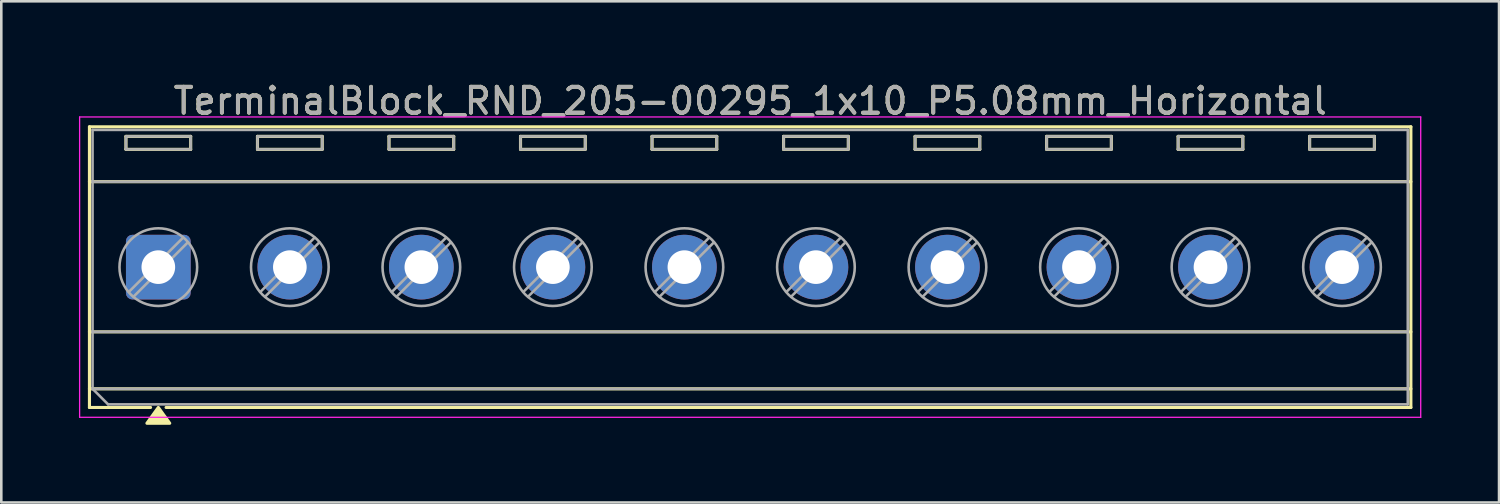
<source format=kicad_pcb>
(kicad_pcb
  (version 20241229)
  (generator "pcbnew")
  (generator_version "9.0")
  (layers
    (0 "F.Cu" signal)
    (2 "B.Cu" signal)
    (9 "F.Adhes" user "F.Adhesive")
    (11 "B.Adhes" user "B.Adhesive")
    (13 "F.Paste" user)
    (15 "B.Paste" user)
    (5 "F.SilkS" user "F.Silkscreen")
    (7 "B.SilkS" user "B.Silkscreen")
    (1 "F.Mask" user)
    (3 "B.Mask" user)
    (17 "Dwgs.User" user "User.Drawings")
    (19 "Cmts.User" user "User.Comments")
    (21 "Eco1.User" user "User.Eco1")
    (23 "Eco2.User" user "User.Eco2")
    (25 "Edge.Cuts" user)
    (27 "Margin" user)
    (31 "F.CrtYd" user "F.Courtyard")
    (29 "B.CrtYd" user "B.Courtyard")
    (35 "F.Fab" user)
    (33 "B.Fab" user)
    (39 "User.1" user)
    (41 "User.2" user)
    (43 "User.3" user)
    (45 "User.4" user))
  (footprint "TerminalBlock_RND_205-00295_1x10_P5.08mm_Horizontal"
    (layer "F.Cu")
    (at 3.065 7.268)
    (property "Reference" "TerminalBlock_RND_205-00295_1x10_P5.08mm_Horizontal" (at 22.86 -6.42 0) (layer "F.SilkS") (effects (font (size 1 1) (thickness 0.15))))
    (attr through_hole)
    (fp_line (start -2.66 -5.42) (end -2.66 5.42) (stroke (width 0.12) (type solid)) (layer "F.SilkS"))
    (fp_line (start -2.66 -5.42) (end 48.38 -5.42) (stroke (width 0.12) (type solid)) (layer "F.SilkS"))
    (fp_line (start -2.66 -3.3) (end 48.38 -3.3) (stroke (width 0.12) (type solid)) (layer "F.SilkS"))
    (fp_line (start -2.66 2.5) (end 48.38 2.5) (stroke (width 0.12) (type solid)) (layer "F.SilkS"))
    (fp_line (start -2.66 4.7) (end 48.38 4.7) (stroke (width 0.12) (type solid)) (layer "F.SilkS"))
    (fp_line (start -2.66 5.42) (end -0.3 5.42) (stroke (width 0.12) (type solid)) (layer "F.SilkS"))
    (fp_line (start -1.25 -5.05) (end -1.25 -4.55) (stroke (width 0.12) (type solid)) (layer "F.SilkS"))
    (fp_line (start -1.25 -5.05) (end 1.25 -5.05) (stroke (width 0.12) (type solid)) (layer "F.SilkS"))
    (fp_line (start -1.25 -4.55) (end 1.25 -4.55) (stroke (width 0.12) (type solid)) (layer "F.SilkS"))
    (fp_line (start 0.3 5.42) (end 48.38 5.42) (stroke (width 0.12) (type solid)) (layer "F.SilkS"))
    (fp_line (start 1.25 -5.05) (end 1.25 -4.55) (stroke (width 0.12) (type solid)) (layer "F.SilkS"))
    (fp_line (start 3.83 -5.05) (end 3.83 -4.55) (stroke (width 0.12) (type solid)) (layer "F.SilkS"))
    (fp_line (start 3.83 -5.05) (end 6.33 -5.05) (stroke (width 0.12) (type solid)) (layer "F.SilkS"))
    (fp_line (start 3.83 -4.55) (end 6.33 -4.55) (stroke (width 0.12) (type solid)) (layer "F.SilkS"))
    (fp_line (start 6.33 -5.05) (end 6.33 -4.55) (stroke (width 0.12) (type solid)) (layer "F.SilkS"))
    (fp_line (start 8.91 -5.05) (end 8.91 -4.55) (stroke (width 0.12) (type solid)) (layer "F.SilkS"))
    (fp_line (start 8.91 -5.05) (end 11.41 -5.05) (stroke (width 0.12) (type solid)) (layer "F.SilkS"))
    (fp_line (start 8.91 -4.55) (end 11.41 -4.55) (stroke (width 0.12) (type solid)) (layer "F.SilkS"))
    (fp_line (start 11.41 -5.05) (end 11.41 -4.55) (stroke (width 0.12) (type solid)) (layer "F.SilkS"))
    (fp_line (start 13.99 -5.05) (end 13.99 -4.55) (stroke (width 0.12) (type solid)) (layer "F.SilkS"))
    (fp_line (start 13.99 -5.05) (end 16.49 -5.05) (stroke (width 0.12) (type solid)) (layer "F.SilkS"))
    (fp_line (start 13.99 -4.55) (end 16.49 -4.55) (stroke (width 0.12) (type solid)) (layer "F.SilkS"))
    (fp_line (start 16.49 -5.05) (end 16.49 -4.55) (stroke (width 0.12) (type solid)) (layer "F.SilkS"))
    (fp_line (start 19.07 -5.05) (end 19.07 -4.55) (stroke (width 0.12) (type solid)) (layer "F.SilkS"))
    (fp_line (start 19.07 -5.05) (end 21.57 -5.05) (stroke (width 0.12) (type solid)) (layer "F.SilkS"))
    (fp_line (start 19.07 -4.55) (end 21.57 -4.55) (stroke (width 0.12) (type solid)) (layer "F.SilkS"))
    (fp_line (start 21.57 -5.05) (end 21.57 -4.55) (stroke (width 0.12) (type solid)) (layer "F.SilkS"))
    (fp_line (start 24.15 -5.05) (end 24.15 -4.55) (stroke (width 0.12) (type solid)) (layer "F.SilkS"))
    (fp_line (start 24.15 -5.05) (end 26.65 -5.05) (stroke (width 0.12) (type solid)) (layer "F.SilkS"))
    (fp_line (start 24.15 -4.55) (end 26.65 -4.55) (stroke (width 0.12) (type solid)) (layer "F.SilkS"))
    (fp_line (start 26.65 -5.05) (end 26.65 -4.55) (stroke (width 0.12) (type solid)) (layer "F.SilkS"))
    (fp_line (start 29.23 -5.05) (end 29.23 -4.55) (stroke (width 0.12) (type solid)) (layer "F.SilkS"))
    (fp_line (start 29.23 -5.05) (end 31.73 -5.05) (stroke (width 0.12) (type solid)) (layer "F.SilkS"))
    (fp_line (start 29.23 -4.55) (end 31.73 -4.55) (stroke (width 0.12) (type solid)) (layer "F.SilkS"))
    (fp_line (start 31.73 -5.05) (end 31.73 -4.55) (stroke (width 0.12) (type solid)) (layer "F.SilkS"))
    (fp_line (start 34.31 -5.05) (end 34.31 -4.55) (stroke (width 0.12) (type solid)) (layer "F.SilkS"))
    (fp_line (start 34.31 -5.05) (end 36.81 -5.05) (stroke (width 0.12) (type solid)) (layer "F.SilkS"))
    (fp_line (start 34.31 -4.55) (end 36.81 -4.55) (stroke (width 0.12) (type solid)) (layer "F.SilkS"))
    (fp_line (start 36.81 -5.05) (end 36.81 -4.55) (stroke (width 0.12) (type solid)) (layer "F.SilkS"))
    (fp_line (start 39.39 -5.05) (end 39.39 -4.55) (stroke (width 0.12) (type solid)) (layer "F.SilkS"))
    (fp_line (start 39.39 -5.05) (end 41.89 -5.05) (stroke (width 0.12) (type solid)) (layer "F.SilkS"))
    (fp_line (start 39.39 -4.55) (end 41.89 -4.55) (stroke (width 0.12) (type solid)) (layer "F.SilkS"))
    (fp_line (start 41.89 -5.05) (end 41.89 -4.55) (stroke (width 0.12) (type solid)) (layer "F.SilkS"))
    (fp_line (start 44.47 -5.05) (end 44.47 -4.55) (stroke (width 0.12) (type solid)) (layer "F.SilkS"))
    (fp_line (start 44.47 -5.05) (end 46.97 -5.05) (stroke (width 0.12) (type solid)) (layer "F.SilkS"))
    (fp_line (start 44.47 -4.55) (end 46.97 -4.55) (stroke (width 0.12) (type solid)) (layer "F.SilkS"))
    (fp_line (start 46.97 -5.05) (end 46.97 -4.55) (stroke (width 0.12) (type solid)) (layer "F.SilkS"))
    (fp_line (start 48.38 -5.42) (end 48.38 5.42) (stroke (width 0.12) (type solid)) (layer "F.SilkS"))
    (fp_poly (pts (xy 0 5.42) (xy 0.44 6.03) (xy -0.44 6.03)) (stroke (width 0.12) (type solid)) (fill yes) (layer "F.SilkS"))
    (fp_line (start -3.04 -5.8) (end -3.04 5.8) (stroke (width 0.05) (type solid)) (layer "F.CrtYd"))
    (fp_line (start -3.04 5.8) (end 48.76 5.8) (stroke (width 0.05) (type solid)) (layer "F.CrtYd"))
    (fp_line (start 48.76 -5.8) (end -3.04 -5.8) (stroke (width 0.05) (type solid)) (layer "F.CrtYd"))
    (fp_line (start 48.76 5.8) (end 48.76 -5.8) (stroke (width 0.05) (type solid)) (layer "F.CrtYd"))
    (fp_line (start -2.54 -5.3) (end 48.26 -5.3) (stroke (width 0.1) (type solid)) (layer "F.Fab"))
    (fp_line (start -2.54 -3.3) (end 48.26 -3.3) (stroke (width 0.1) (type solid)) (layer "F.Fab"))
    (fp_line (start -2.54 2.5) (end 48.26 2.5) (stroke (width 0.1) (type solid)) (layer "F.Fab"))
    (fp_line (start -2.54 4.7) (end -2.54 -5.3) (stroke (width 0.1) (type solid)) (layer "F.Fab"))
    (fp_line (start -2.54 4.7) (end 48.26 4.7) (stroke (width 0.1) (type solid)) (layer "F.Fab"))
    (fp_line (start -1.94 5.3) (end -2.54 4.7) (stroke (width 0.1) (type solid)) (layer "F.Fab"))
    (fp_line (start -1.25 -5.05) (end -1.25 -4.55) (stroke (width 0.1) (type solid)) (layer "F.Fab"))
    (fp_line (start -1.25 -4.55) (end 1.25 -4.55) (stroke (width 0.1) (type solid)) (layer "F.Fab"))
    (fp_line (start 0.955 -1.138) (end -1.138 0.955) (stroke (width 0.1) (type solid)) (layer "F.Fab"))
    (fp_line (start 1.138 -0.955) (end -0.955 1.138) (stroke (width 0.1) (type solid)) (layer "F.Fab"))
    (fp_line (start 1.25 -5.05) (end -1.25 -5.05) (stroke (width 0.1) (type solid)) (layer "F.Fab"))
    (fp_line (start 1.25 -4.55) (end 1.25 -5.05) (stroke (width 0.1) (type solid)) (layer "F.Fab"))
    (fp_line (start 3.83 -5.05) (end 3.83 -4.55) (stroke (width 0.1) (type solid)) (layer "F.Fab"))
    (fp_line (start 3.83 -4.55) (end 6.33 -4.55) (stroke (width 0.1) (type solid)) (layer "F.Fab"))
    (fp_line (start 6.035 -1.138) (end 3.942 0.955) (stroke (width 0.1) (type solid)) (layer "F.Fab"))
    (fp_line (start 6.218 -0.955) (end 4.125 1.138) (stroke (width 0.1) (type solid)) (layer "F.Fab"))
    (fp_line (start 6.33 -5.05) (end 3.83 -5.05) (stroke (width 0.1) (type solid)) (layer "F.Fab"))
    (fp_line (start 6.33 -4.55) (end 6.33 -5.05) (stroke (width 0.1) (type solid)) (layer "F.Fab"))
    (fp_line (start 8.91 -5.05) (end 8.91 -4.55) (stroke (width 0.1) (type solid)) (layer "F.Fab"))
    (fp_line (start 8.91 -4.55) (end 11.41 -4.55) (stroke (width 0.1) (type solid)) (layer "F.Fab"))
    (fp_line (start 11.115 -1.138) (end 9.022 0.955) (stroke (width 0.1) (type solid)) (layer "F.Fab"))
    (fp_line (start 11.298 -0.955) (end 9.205 1.138) (stroke (width 0.1) (type solid)) (layer "F.Fab"))
    (fp_line (start 11.41 -5.05) (end 8.91 -5.05) (stroke (width 0.1) (type solid)) (layer "F.Fab"))
    (fp_line (start 11.41 -4.55) (end 11.41 -5.05) (stroke (width 0.1) (type solid)) (layer "F.Fab"))
    (fp_line (start 13.99 -5.05) (end 13.99 -4.55) (stroke (width 0.1) (type solid)) (layer "F.Fab"))
    (fp_line (start 13.99 -4.55) (end 16.49 -4.55) (stroke (width 0.1) (type solid)) (layer "F.Fab"))
    (fp_line (start 16.195 -1.138) (end 14.102 0.955) (stroke (width 0.1) (type solid)) (layer "F.Fab"))
    (fp_line (start 16.378 -0.955) (end 14.285 1.138) (stroke (width 0.1) (type solid)) (layer "F.Fab"))
    (fp_line (start 16.49 -5.05) (end 13.99 -5.05) (stroke (width 0.1) (type solid)) (layer "F.Fab"))
    (fp_line (start 16.49 -4.55) (end 16.49 -5.05) (stroke (width 0.1) (type solid)) (layer "F.Fab"))
    (fp_line (start 19.07 -5.05) (end 19.07 -4.55) (stroke (width 0.1) (type solid)) (layer "F.Fab"))
    (fp_line (start 19.07 -4.55) (end 21.57 -4.55) (stroke (width 0.1) (type solid)) (layer "F.Fab"))
    (fp_line (start 21.275 -1.138) (end 19.182 0.955) (stroke (width 0.1) (type solid)) (layer "F.Fab"))
    (fp_line (start 21.458 -0.955) (end 19.365 1.138) (stroke (width 0.1) (type solid)) (layer "F.Fab"))
    (fp_line (start 21.57 -5.05) (end 19.07 -5.05) (stroke (width 0.1) (type solid)) (layer "F.Fab"))
    (fp_line (start 21.57 -4.55) (end 21.57 -5.05) (stroke (width 0.1) (type solid)) (layer "F.Fab"))
    (fp_line (start 24.15 -5.05) (end 24.15 -4.55) (stroke (width 0.1) (type solid)) (layer "F.Fab"))
    (fp_line (start 24.15 -4.55) (end 26.65 -4.55) (stroke (width 0.1) (type solid)) (layer "F.Fab"))
    (fp_line (start 26.355 -1.138) (end 24.262 0.955) (stroke (width 0.1) (type solid)) (layer "F.Fab"))
    (fp_line (start 26.538 -0.955) (end 24.445 1.138) (stroke (width 0.1) (type solid)) (layer "F.Fab"))
    (fp_line (start 26.65 -5.05) (end 24.15 -5.05) (stroke (width 0.1) (type solid)) (layer "F.Fab"))
    (fp_line (start 26.65 -4.55) (end 26.65 -5.05) (stroke (width 0.1) (type solid)) (layer "F.Fab"))
    (fp_line (start 29.23 -5.05) (end 29.23 -4.55) (stroke (width 0.1) (type solid)) (layer "F.Fab"))
    (fp_line (start 29.23 -4.55) (end 31.73 -4.55) (stroke (width 0.1) (type solid)) (layer "F.Fab"))
    (fp_line (start 31.435 -1.138) (end 29.342 0.955) (stroke (width 0.1) (type solid)) (layer "F.Fab"))
    (fp_line (start 31.618 -0.955) (end 29.525 1.138) (stroke (width 0.1) (type solid)) (layer "F.Fab"))
    (fp_line (start 31.73 -5.05) (end 29.23 -5.05) (stroke (width 0.1) (type solid)) (layer "F.Fab"))
    (fp_line (start 31.73 -4.55) (end 31.73 -5.05) (stroke (width 0.1) (type solid)) (layer "F.Fab"))
    (fp_line (start 34.31 -5.05) (end 34.31 -4.55) (stroke (width 0.1) (type solid)) (layer "F.Fab"))
    (fp_line (start 34.31 -4.55) (end 36.81 -4.55) (stroke (width 0.1) (type solid)) (layer "F.Fab"))
    (fp_line (start 36.515 -1.138) (end 34.422 0.955) (stroke (width 0.1) (type solid)) (layer "F.Fab"))
    (fp_line (start 36.698 -0.955) (end 34.605 1.138) (stroke (width 0.1) (type solid)) (layer "F.Fab"))
    (fp_line (start 36.81 -5.05) (end 34.31 -5.05) (stroke (width 0.1) (type solid)) (layer "F.Fab"))
    (fp_line (start 36.81 -4.55) (end 36.81 -5.05) (stroke (width 0.1) (type solid)) (layer "F.Fab"))
    (fp_line (start 39.39 -5.05) (end 39.39 -4.55) (stroke (width 0.1) (type solid)) (layer "F.Fab"))
    (fp_line (start 39.39 -4.55) (end 41.89 -4.55) (stroke (width 0.1) (type solid)) (layer "F.Fab"))
    (fp_line (start 41.595 -1.138) (end 39.502 0.955) (stroke (width 0.1) (type solid)) (layer "F.Fab"))
    (fp_line (start 41.778 -0.955) (end 39.685 1.138) (stroke (width 0.1) (type solid)) (layer "F.Fab"))
    (fp_line (start 41.89 -5.05) (end 39.39 -5.05) (stroke (width 0.1) (type solid)) (layer "F.Fab"))
    (fp_line (start 41.89 -4.55) (end 41.89 -5.05) (stroke (width 0.1) (type solid)) (layer "F.Fab"))
    (fp_line (start 44.47 -5.05) (end 44.47 -4.55) (stroke (width 0.1) (type solid)) (layer "F.Fab"))
    (fp_line (start 44.47 -4.55) (end 46.97 -4.55) (stroke (width 0.1) (type solid)) (layer "F.Fab"))
    (fp_line (start 46.675 -1.138) (end 44.582 0.955) (stroke (width 0.1) (type solid)) (layer "F.Fab"))
    (fp_line (start 46.858 -0.955) (end 44.765 1.138) (stroke (width 0.1) (type solid)) (layer "F.Fab"))
    (fp_line (start 46.97 -5.05) (end 44.47 -5.05) (stroke (width 0.1) (type solid)) (layer "F.Fab"))
    (fp_line (start 46.97 -4.55) (end 46.97 -5.05) (stroke (width 0.1) (type solid)) (layer "F.Fab"))
    (fp_line (start 48.26 -5.3) (end 48.26 5.3) (stroke (width 0.1) (type solid)) (layer "F.Fab"))
    (fp_line (start 48.26 5.3) (end -1.94 5.3) (stroke (width 0.1) (type solid)) (layer "F.Fab"))
    (fp_circle (center 0 0) (end 1.5 0) (stroke (width 0.1) (type solid)) (fill no) (layer "F.Fab"))
    (fp_circle (center 5.08 0) (end 6.58 0) (stroke (width 0.1) (type solid)) (fill no) (layer "F.Fab"))
    (fp_circle (center 10.16 0) (end 11.66 0) (stroke (width 0.1) (type solid)) (fill no) (layer "F.Fab"))
    (fp_circle (center 15.24 0) (end 16.74 0) (stroke (width 0.1) (type solid)) (fill no) (layer "F.Fab"))
    (fp_circle (center 20.32 0) (end 21.82 0) (stroke (width 0.1) (type solid)) (fill no) (layer "F.Fab"))
    (fp_circle (center 25.4 0) (end 26.9 0) (stroke (width 0.1) (type solid)) (fill no) (layer "F.Fab"))
    (fp_circle (center 30.48 0) (end 31.98 0) (stroke (width 0.1) (type solid)) (fill no) (layer "F.Fab"))
    (fp_circle (center 35.56 0) (end 37.06 0) (stroke (width 0.1) (type solid)) (fill no) (layer "F.Fab"))
    (fp_circle (center 40.64 0) (end 42.14 0) (stroke (width 0.1) (type solid)) (fill no) (layer "F.Fab"))
    (fp_circle (center 45.72 0) (end 47.22 0) (stroke (width 0.1) (type solid)) (fill no) (layer "F.Fab"))
    (fp_text user "${REFERENCE}" (at 22.86 -6.42 0) (layer "F.Fab") (effects (font (size 1 1) (thickness 0.15))))
    (pad "1" thru_hole roundrect (at 0 0) (size 2.5 2.5) (drill 1.3) (layers "*.Cu" "*.Mask") (roundrect_rratio 0.1))
    (pad "2" thru_hole circle (at 5.08 0) (size 2.5 2.5) (drill 1.3) (layers "*.Cu" "*.Mask"))
    (pad "3" thru_hole circle (at 10.16 0) (size 2.5 2.5) (drill 1.3) (layers "*.Cu" "*.Mask"))
    (pad "4" thru_hole circle (at 15.24 0) (size 2.5 2.5) (drill 1.3) (layers "*.Cu" "*.Mask"))
    (pad "5" thru_hole circle (at 20.32 0) (size 2.5 2.5) (drill 1.3) (layers "*.Cu" "*.Mask"))
    (pad "6" thru_hole circle (at 25.4 0) (size 2.5 2.5) (drill 1.3) (layers "*.Cu" "*.Mask"))
    (pad "7" thru_hole circle (at 30.48 0) (size 2.5 2.5) (drill 1.3) (layers "*.Cu" "*.Mask"))
    (pad "8" thru_hole circle (at 35.56 0) (size 2.5 2.5) (drill 1.3) (layers "*.Cu" "*.Mask"))
    (pad "9" thru_hole circle (at 40.64 0) (size 2.5 2.5) (drill 1.3) (layers "*.Cu" "*.Mask"))
    (pad "10" thru_hole circle (at 45.72 0) (size 2.5 2.5) (drill 1.3) (layers "*.Cu" "*.Mask")))
  (gr_rect
    (start -3 -3)
    (end 54.85 16.358)
    (stroke (width 0.1) (type default))
    (fill no)
    (layer "Edge.Cuts")))
</source>
